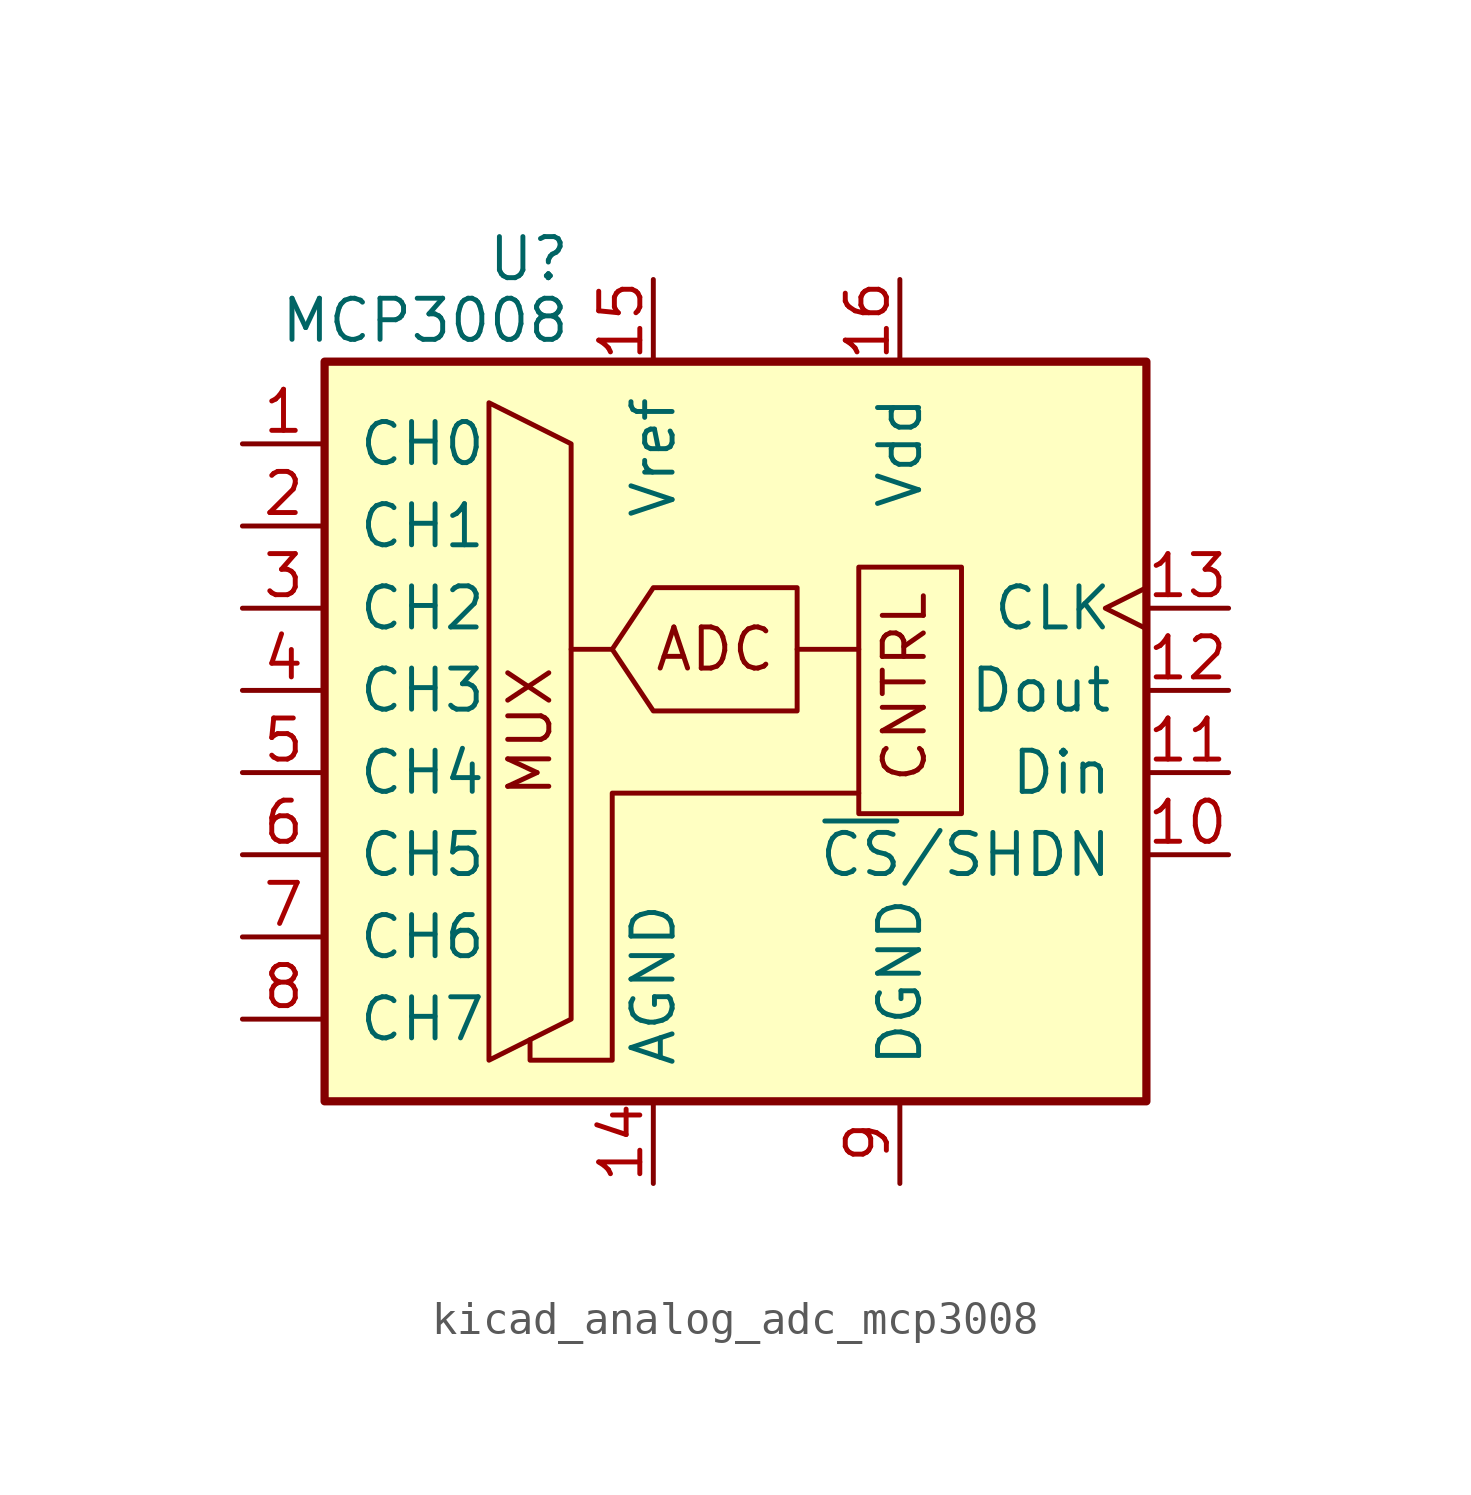
<source format=kicad_sym>
(kicad_symbol_lib
  (version 20220914)
  (generator kicad_symbol_editor)
  (symbol "kicad_analog_adc_mcp3008"
    (pin_names
      (offset 1.016))
    (property "Reference" "U"
      (at -5.08 13.335 0)
      (effects (font (size 1.27 1.27)) (justify right)))
    (property "Value" "MCP3008"
      (at -5.08 11.43 0)
      (effects (font (size 1.27 1.27)) (justify right)))
    (symbol "kicad_analog_adc_mcp3008_0_0"
      (text "ADC" (at -0.635 1.27 0) (effects (font (size 1.27 1.27))))
      (text "CNTRL" (at 5.969 -2.921 900) (effects (font (size 1.27 1.27)) (justify left bottom)))
      (text "MUX" (at -6.35 -1.27 900) (effects (font (size 1.27 1.27)))))
    (symbol "kicad_analog_adc_mcp3008_0_1"
      (polyline (pts (xy -3.81 1.27) (xy -5.08 1.27)) (stroke (width 0) (type default)) (fill (type none)))
      (polyline (pts (xy 1.905 1.27) (xy 3.81 1.27)) (stroke (width 0) (type default)) (fill (type none)))
      (polyline (pts (xy -7.62 8.89) (xy -7.62 -11.43) (xy -5.08 -10.16) (xy -5.08 7.62) (xy -7.62 8.89)) (stroke (width 0) (type default)) (fill (type none)))
      (polyline (pts (xy 3.81 -3.175) (xy -3.81 -3.175) (xy -3.81 -11.43) (xy -6.35 -11.43) (xy -6.35 -10.795)) (stroke (width 0) (type default)) (fill (type none)))
      (polyline (pts (xy 1.905 3.175) (xy 1.905 -0.635) (xy -2.54 -0.635) (xy -3.81 1.27) (xy -2.54 3.175) (xy 1.905 3.175)) (stroke (width 0) (type default)) (fill (type none)))
      (rectangle (start 3.81 -3.81) (end 6.985 3.81) (stroke (width 0) (type default)) (fill (type none)))
      (rectangle (start 12.7 -12.7) (end -12.7 10.16) (stroke (width 0.254) (type default)) (fill (type background))))
    (symbol "kicad_analog_adc_mcp3008_1_1"
      (pin input line (at -15.24 7.62 0) (length 2.54) (name "CH0" (effects (font (size 1.27 1.27)))) (number "1" (effects (font (size 1.27 1.27)))))
      (pin input line (at 15.24 -5.08 180) (length 2.54) (name "~{CS}/SHDN" (effects (font (size 1.27 1.27)))) (number "10" (effects (font (size 1.27 1.27)))))
      (pin input line (at 15.24 -2.54 180) (length 2.54) (name "Din" (effects (font (size 1.27 1.27)))) (number "11" (effects (font (size 1.27 1.27)))))
      (pin output line (at 15.24 0 180) (length 2.54) (name "Dout" (effects (font (size 1.27 1.27)))) (number "12" (effects (font (size 1.27 1.27)))))
      (pin input clock (at 15.24 2.54 180) (length 2.54) (name "CLK" (effects (font (size 1.27 1.27)))) (number "13" (effects (font (size 1.27 1.27)))))
      (pin power_in line (at -2.54 -15.24 90) (length 2.54) (name "AGND" (effects (font (size 1.27 1.27)))) (number "14" (effects (font (size 1.27 1.27)))))
      (pin power_in line (at -2.54 12.7 270) (length 2.54) (name "Vref" (effects (font (size 1.27 1.27)))) (number "15" (effects (font (size 1.27 1.27)))))
      (pin power_in line (at 5.08 12.7 270) (length 2.54) (name "Vdd" (effects (font (size 1.27 1.27)))) (number "16" (effects (font (size 1.27 1.27)))))
      (pin input line (at -15.24 5.08 0) (length 2.54) (name "CH1" (effects (font (size 1.27 1.27)))) (number "2" (effects (font (size 1.27 1.27)))))
      (pin input line (at -15.24 2.54 0) (length 2.54) (name "CH2" (effects (font (size 1.27 1.27)))) (number "3" (effects (font (size 1.27 1.27)))))
      (pin input line (at -15.24 0 0) (length 2.54) (name "CH3" (effects (font (size 1.27 1.27)))) (number "4" (effects (font (size 1.27 1.27)))))
      (pin input line (at -15.24 -2.54 0) (length 2.54) (name "CH4" (effects (font (size 1.27 1.27)))) (number "5" (effects (font (size 1.27 1.27)))))
      (pin input line (at -15.24 -5.08 0) (length 2.54) (name "CH5" (effects (font (size 1.27 1.27)))) (number "6" (effects (font (size 1.27 1.27)))))
      (pin input line (at -15.24 -7.62 0) (length 2.54) (name "CH6" (effects (font (size 1.27 1.27)))) (number "7" (effects (font (size 1.27 1.27)))))
      (pin input line (at -15.24 -10.16 0) (length 2.54) (name "CH7" (effects (font (size 1.27 1.27)))) (number "8" (effects (font (size 1.27 1.27)))))
      (pin power_in line (at 5.08 -15.24 90) (length 2.54) (name "DGND" (effects (font (size 1.27 1.27)))) (number "9" (effects (font (size 1.27 1.27))))))))
</source>
